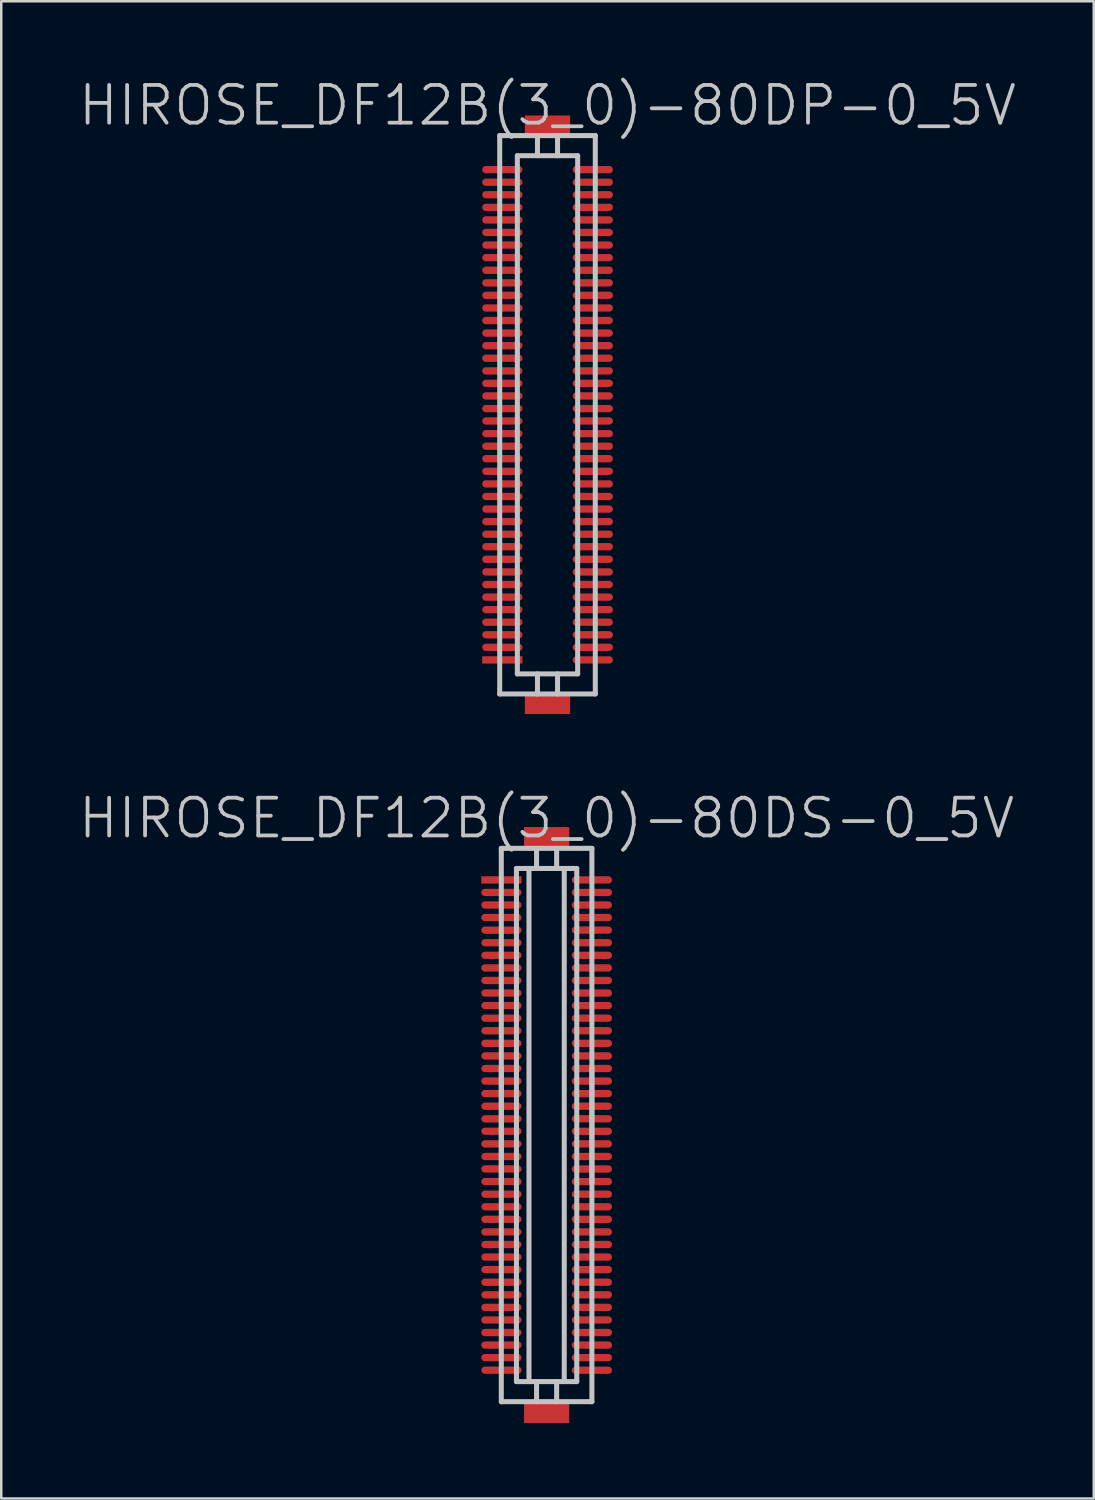
<source format=kicad_pcb>
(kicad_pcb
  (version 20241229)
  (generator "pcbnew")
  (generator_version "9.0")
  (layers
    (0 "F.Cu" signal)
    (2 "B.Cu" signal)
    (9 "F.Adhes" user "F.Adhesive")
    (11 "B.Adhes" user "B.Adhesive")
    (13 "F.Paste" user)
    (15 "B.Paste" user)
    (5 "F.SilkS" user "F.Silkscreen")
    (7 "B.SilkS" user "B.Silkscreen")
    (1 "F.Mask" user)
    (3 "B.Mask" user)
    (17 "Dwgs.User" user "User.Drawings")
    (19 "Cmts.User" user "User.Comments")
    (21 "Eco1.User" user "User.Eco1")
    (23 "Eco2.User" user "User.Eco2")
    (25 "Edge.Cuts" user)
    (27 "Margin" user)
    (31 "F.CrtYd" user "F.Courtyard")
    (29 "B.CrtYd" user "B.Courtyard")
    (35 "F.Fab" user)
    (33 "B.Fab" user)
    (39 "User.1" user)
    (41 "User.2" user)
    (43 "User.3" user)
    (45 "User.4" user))
  (footprint "HIROSE_DF12B(3_0)-80DS-0_5V"
    (layer "F.Cu")
    (at 18.682 41.68)
    (property "Reference" "HIROSE_DF12B(3_0)-80DS-0_5V" (at 0 -12.2 180) (layer "Dwgs.User") (effects (font (size 1.5 1.5) (thickness 0.15))))
    (attr smd)
    (fp_line (start -1.801 -11.001) (end 1.801 -11.001) (stroke (width 0.2) (type solid)) (layer "Dwgs.User"))
    (fp_line (start -1.801 2.301) (end -1.801 -2.301) (stroke (width 0.2) (type solid)) (layer "Dwgs.User"))
    (fp_line (start -1.801 11.001) (end -1.801 -11.001) (stroke (width 0.2) (type solid)) (layer "Dwgs.User"))
    (fp_line (start -1.199 -10.201) (end -1.199 10.201) (stroke (width 0.2) (type solid)) (layer "Dwgs.User"))
    (fp_line (start -1.199 -10.201) (end 1.199 -10.201) (stroke (width 0.2) (type solid)) (layer "Dwgs.User"))
    (fp_line (start -0.701 -10.201) (end -0.701 10.201) (stroke (width 0.2) (type solid)) (layer "Dwgs.User"))
    (fp_line (start -0.399 -10.201) (end -0.399 -11.001) (stroke (width 0.2) (type solid)) (layer "Dwgs.User"))
    (fp_line (start -0.399 11.001) (end -0.399 10.201) (stroke (width 0.2) (type solid)) (layer "Dwgs.User"))
    (fp_line (start 0.399 -10.201) (end 0.399 -11.001) (stroke (width 0.2) (type solid)) (layer "Dwgs.User"))
    (fp_line (start 0.399 10.201) (end 0.399 11.001) (stroke (width 0.2) (type solid)) (layer "Dwgs.User"))
    (fp_line (start 0.701 10.201) (end 0.701 -10.201) (stroke (width 0.2) (type solid)) (layer "Dwgs.User"))
    (fp_line (start 1.199 10.201) (end -1.199 10.201) (stroke (width 0.2) (type solid)) (layer "Dwgs.User"))
    (fp_line (start 1.199 10.201) (end 1.199 -10.201) (stroke (width 0.2) (type solid)) (layer "Dwgs.User"))
    (fp_line (start 1.801 -11.001) (end 1.801 11.001) (stroke (width 0.2) (type solid)) (layer "Dwgs.User"))
    (fp_line (start 1.801 -2.301) (end 1.801 2.301) (stroke (width 0.2) (type solid)) (layer "Dwgs.User"))
    (fp_line (start 1.801 10.998) (end -1.801 10.998) (stroke (width 0.2) (type solid)) (layer "Dwgs.User"))
    (pad "" smd rect (at 0 -11.448 270) (size 0.8 1.8) (layers "F.Cu" "F.Mask" "F.Paste"))
    (pad "" smd rect (at 0 11.448 270) (size 0.8 1.8) (layers "F.Cu" "F.Mask" "F.Paste"))
    (pad "1" smd rect (at -1.796 -9.746 270) (size 0.29 1.6) (layers "F.Cu" "F.Mask" "F.Paste"))
    (pad "2" smd oval (at -1.798 -9.248 270) (size 0.29 1.6) (layers "F.Cu" "F.Mask" "F.Paste"))
    (pad "3" smd oval (at -1.798 -8.748 270) (size 0.29 1.6) (layers "F.Cu" "F.Mask" "F.Paste"))
    (pad "4" smd oval (at -1.798 -8.25 270) (size 0.29 1.6) (layers "F.Cu" "F.Mask" "F.Paste"))
    (pad "5" smd oval (at -1.796 -7.747 270) (size 0.29 1.6) (layers "F.Cu" "F.Mask" "F.Paste"))
    (pad "6" smd oval (at -1.796 -7.249 270) (size 0.29 1.6) (layers "F.Cu" "F.Mask" "F.Paste"))
    (pad "7" smd oval (at -1.798 -6.749 270) (size 0.29 1.6) (layers "F.Cu" "F.Mask" "F.Paste"))
    (pad "8" smd oval (at -1.798 -6.248 270) (size 0.29 1.6) (layers "F.Cu" "F.Mask" "F.Paste"))
    (pad "9" smd oval (at -1.798 -5.748 270) (size 0.29 1.6) (layers "F.Cu" "F.Mask" "F.Paste"))
    (pad "10" smd oval (at -1.798 -5.248 270) (size 0.29 1.6) (layers "F.Cu" "F.Mask" "F.Paste"))
    (pad "11" smd oval (at -1.796 -4.75 270) (size 0.29 1.6) (layers "F.Cu" "F.Mask" "F.Paste"))
    (pad "12" smd oval (at -1.798 -4.249 270) (size 0.29 1.6) (layers "F.Cu" "F.Mask" "F.Paste"))
    (pad "13" smd oval (at -1.798 -3.749 270) (size 0.29 1.6) (layers "F.Cu" "F.Mask" "F.Paste"))
    (pad "14" smd oval (at -1.798 -3.249 270) (size 0.29 1.6) (layers "F.Cu" "F.Mask" "F.Paste"))
    (pad "15" smd oval (at -1.796 -2.748 270) (size 0.29 1.6) (layers "F.Cu" "F.Mask" "F.Paste"))
    (pad "16" smd oval (at -1.798 -2.248 270) (size 0.29 1.6) (layers "F.Cu" "F.Mask" "F.Paste"))
    (pad "17" smd oval (at -1.798 -1.748 270) (size 0.29 1.6) (layers "F.Cu" "F.Mask" "F.Paste"))
    (pad "18" smd oval (at -1.798 -1.25 270) (size 0.29 1.6) (layers "F.Cu" "F.Mask" "F.Paste"))
    (pad "19" smd oval (at -1.798 -0.749 270) (size 0.29 1.6) (layers "F.Cu" "F.Mask" "F.Paste"))
    (pad "20" smd oval (at -1.796 -0.246 270) (size 0.29 1.6) (layers "F.Cu" "F.Mask" "F.Paste"))
    (pad "21" smd oval (at -1.796 0.246 270) (size 0.29 1.6) (layers "F.Cu" "F.Mask" "F.Paste"))
    (pad "22" smd oval (at -1.796 0.749 270) (size 0.29 1.6) (layers "F.Cu" "F.Mask" "F.Paste"))
    (pad "23" smd oval (at -1.796 1.25 270) (size 0.29 1.6) (layers "F.Cu" "F.Mask" "F.Paste"))
    (pad "24" smd oval (at -1.796 1.745 270) (size 0.29 1.6) (layers "F.Cu" "F.Mask" "F.Paste"))
    (pad "25" smd oval (at -1.796 2.248 270) (size 0.29 1.6) (layers "F.Cu" "F.Mask" "F.Paste"))
    (pad "26" smd oval (at -1.796 2.748 270) (size 0.29 1.6) (layers "F.Cu" "F.Mask" "F.Paste"))
    (pad "27" smd oval (at -1.796 3.249 270) (size 0.29 1.6) (layers "F.Cu" "F.Mask" "F.Paste"))
    (pad "28" smd oval (at -1.796 3.747 270) (size 0.29 1.6) (layers "F.Cu" "F.Mask" "F.Paste"))
    (pad "29" smd oval (at -1.798 4.249 270) (size 0.29 1.6) (layers "F.Cu" "F.Mask" "F.Paste"))
    (pad "30" smd oval (at -1.798 4.75 270) (size 0.29 1.6) (layers "F.Cu" "F.Mask" "F.Paste"))
    (pad "31" smd oval (at -1.798 5.248 270) (size 0.29 1.6) (layers "F.Cu" "F.Mask" "F.Paste"))
    (pad "32" smd oval (at -1.798 5.748 270) (size 0.29 1.6) (layers "F.Cu" "F.Mask" "F.Paste"))
    (pad "33" smd oval (at -1.798 6.248 270) (size 0.29 1.6) (layers "F.Cu" "F.Mask" "F.Paste"))
    (pad "34" smd oval (at -1.796 6.749 270) (size 0.29 1.6) (layers "F.Cu" "F.Mask" "F.Paste"))
    (pad "35" smd oval (at -1.798 7.249 270) (size 0.29 1.6) (layers "F.Cu" "F.Mask" "F.Paste"))
    (pad "36" smd oval (at -1.798 7.75 270) (size 0.29 1.6) (layers "F.Cu" "F.Mask" "F.Paste"))
    (pad "37" smd oval (at -1.798 8.25 270) (size 0.29 1.6) (layers "F.Cu" "F.Mask" "F.Paste"))
    (pad "38" smd oval (at -1.798 8.748 270) (size 0.29 1.6) (layers "F.Cu" "F.Mask" "F.Paste"))
    (pad "39" smd oval (at -1.798 9.248 270) (size 0.29 1.6) (layers "F.Cu" "F.Mask" "F.Paste"))
    (pad "40" smd oval (at -1.796 9.746 270) (size 0.29 1.6) (layers "F.Cu" "F.Mask" "F.Paste"))
    (pad "41" smd oval (at 1.801 9.749 270) (size 0.29 1.6) (layers "F.Cu" "F.Mask" "F.Paste"))
    (pad "42" smd oval (at 1.801 9.248 270) (size 0.29 1.6) (layers "F.Cu" "F.Mask" "F.Paste"))
    (pad "43" smd oval (at 1.801 8.748 270) (size 0.29 1.6) (layers "F.Cu" "F.Mask" "F.Paste"))
    (pad "44" smd oval (at 1.801 8.25 270) (size 0.29 1.6) (layers "F.Cu" "F.Mask" "F.Paste"))
    (pad "45" smd oval (at 1.801 7.75 270) (size 0.29 1.6) (layers "F.Cu" "F.Mask" "F.Paste"))
    (pad "46" smd oval (at 1.801 7.249 270) (size 0.29 1.6) (layers "F.Cu" "F.Mask" "F.Paste"))
    (pad "47" smd oval (at 1.801 6.749 270) (size 0.29 1.6) (layers "F.Cu" "F.Mask" "F.Paste"))
    (pad "48" smd oval (at 1.801 6.248 270) (size 0.29 1.6) (layers "F.Cu" "F.Mask" "F.Paste"))
    (pad "49" smd oval (at 1.801 5.748 270) (size 0.29 1.6) (layers "F.Cu" "F.Mask" "F.Paste"))
    (pad "50" smd oval (at 1.801 5.248 270) (size 0.29 1.6) (layers "F.Cu" "F.Mask" "F.Paste"))
    (pad "51" smd oval (at 1.801 4.75 270) (size 0.29 1.6) (layers "F.Cu" "F.Mask" "F.Paste"))
    (pad "52" smd oval (at 1.801 4.249 270) (size 0.29 1.6) (layers "F.Cu" "F.Mask" "F.Paste"))
    (pad "53" smd oval (at 1.801 3.749 270) (size 0.29 1.6) (layers "F.Cu" "F.Mask" "F.Paste"))
    (pad "54" smd oval (at 1.801 3.249 270) (size 0.29 1.6) (layers "F.Cu" "F.Mask" "F.Paste"))
    (pad "55" smd oval (at 1.801 2.748 270) (size 0.29 1.6) (layers "F.Cu" "F.Mask" "F.Paste"))
    (pad "56" smd oval (at 1.801 2.248 270) (size 0.29 1.6) (layers "F.Cu" "F.Mask" "F.Paste"))
    (pad "57" smd oval (at 1.801 1.748 270) (size 0.29 1.6) (layers "F.Cu" "F.Mask" "F.Paste"))
    (pad "58" smd oval (at 1.801 1.25 270) (size 0.29 1.6) (layers "F.Cu" "F.Mask" "F.Paste"))
    (pad "59" smd oval (at 1.801 0.749 270) (size 0.29 1.6) (layers "F.Cu" "F.Mask" "F.Paste"))
    (pad "60" smd oval (at 1.801 0.249 270) (size 0.29 1.6) (layers "F.Cu" "F.Mask" "F.Paste"))
    (pad "61" smd oval (at 1.801 -0.249 270) (size 0.29 1.6) (layers "F.Cu" "F.Mask" "F.Paste"))
    (pad "62" smd oval (at 1.801 -0.749 270) (size 0.29 1.6) (layers "F.Cu" "F.Mask" "F.Paste"))
    (pad "63" smd oval (at 1.801 -1.25 270) (size 0.29 1.6) (layers "F.Cu" "F.Mask" "F.Paste"))
    (pad "64" smd oval (at 1.801 -1.748 270) (size 0.29 1.6) (layers "F.Cu" "F.Mask" "F.Paste"))
    (pad "65" smd oval (at 1.801 -2.248 270) (size 0.29 1.6) (layers "F.Cu" "F.Mask" "F.Paste"))
    (pad "66" smd oval (at 1.801 -2.748 270) (size 0.29 1.6) (layers "F.Cu" "F.Mask" "F.Paste"))
    (pad "67" smd oval (at 1.801 -3.249 270) (size 0.29 1.6) (layers "F.Cu" "F.Mask" "F.Paste"))
    (pad "68" smd oval (at 1.801 -3.749 270) (size 0.29 1.6) (layers "F.Cu" "F.Mask" "F.Paste"))
    (pad "69" smd oval (at 1.801 -4.249 270) (size 0.29 1.6) (layers "F.Cu" "F.Mask" "F.Paste"))
    (pad "70" smd oval (at 1.801 -4.75 270) (size 0.29 1.6) (layers "F.Cu" "F.Mask" "F.Paste"))
    (pad "71" smd oval (at 1.801 -5.248 270) (size 0.29 1.6) (layers "F.Cu" "F.Mask" "F.Paste"))
    (pad "72" smd oval (at 1.801 -5.748 270) (size 0.29 1.6) (layers "F.Cu" "F.Mask" "F.Paste"))
    (pad "73" smd oval (at 1.801 -6.248 270) (size 0.29 1.6) (layers "F.Cu" "F.Mask" "F.Paste"))
    (pad "74" smd oval (at 1.801 -6.749 270) (size 0.29 1.6) (layers "F.Cu" "F.Mask" "F.Paste"))
    (pad "75" smd oval (at 1.801 -7.249 270) (size 0.29 1.6) (layers "F.Cu" "F.Mask" "F.Paste"))
    (pad "76" smd oval (at 1.801 -7.75 270) (size 0.29 1.6) (layers "F.Cu" "F.Mask" "F.Paste"))
    (pad "77" smd oval (at 1.801 -8.25 270) (size 0.29 1.6) (layers "F.Cu" "F.Mask" "F.Paste"))
    (pad "78" smd oval (at 1.801 -8.748 270) (size 0.29 1.6) (layers "F.Cu" "F.Mask" "F.Paste"))
    (pad "79" smd oval (at 1.801 -9.248 270) (size 0.29 1.6) (layers "F.Cu" "F.Mask" "F.Paste"))
    (pad "80" smd oval (at 1.801 -9.746 270) (size 0.29 1.6) (layers "F.Cu" "F.Mask" "F.Paste")))
  (footprint "HIROSE_DF12B(3_0)-80DP-0_5V"
    (layer "F.Cu")
    (at 18.718 13.441)
    (property "Reference" "HIROSE_DF12B(3_0)-80DP-0_5V" (at 0 -12.3 180) (layer "Dwgs.User") (effects (font (size 1.5 1.5) (thickness 0.15))))
    (attr smd)
    (fp_line (start -1.9 11.1) (end -1.9 -11.1) (stroke (width 0.2) (type solid)) (layer "Dwgs.User"))
    (fp_line (start -1.9 11.1) (end 1.9 11.1) (stroke (width 0.2) (type solid)) (layer "Dwgs.User"))
    (fp_line (start -1.199 -10.3) (end -1.199 10.3) (stroke (width 0.2) (type solid)) (layer "Dwgs.User"))
    (fp_line (start -1.199 -10.3) (end 1.199 -10.3) (stroke (width 0.2) (type solid)) (layer "Dwgs.User"))
    (fp_line (start -0.399 -10.3) (end -0.399 -11.1) (stroke (width 0.2) (type solid)) (layer "Dwgs.User"))
    (fp_line (start -0.399 11.102) (end -0.399 10.302) (stroke (width 0.2) (type solid)) (layer "Dwgs.User"))
    (fp_line (start 0.399 -10.3) (end 0.399 -11.1) (stroke (width 0.2) (type solid)) (layer "Dwgs.User"))
    (fp_line (start 0.399 10.302) (end 0.399 11.102) (stroke (width 0.2) (type solid)) (layer "Dwgs.User"))
    (fp_line (start 1.199 10.3) (end 1.199 -10.3) (stroke (width 0.2) (type solid)) (layer "Dwgs.User"))
    (fp_line (start 1.199 10.302) (end -1.199 10.302) (stroke (width 0.2) (type solid)) (layer "Dwgs.User"))
    (fp_line (start 1.9 -11.1) (end -1.9 -11.1) (stroke (width 0.2) (type solid)) (layer "Dwgs.User"))
    (fp_line (start 1.9 -11.1) (end 1.9 11.1) (stroke (width 0.2) (type solid)) (layer "Dwgs.User"))
    (pad "" smd rect (at 0 -11.499 270) (size 0.8 1.8) (layers "F.Cu" "F.Mask" "F.Paste"))
    (pad "" smd rect (at 0 11.499 270) (size 0.8 1.8) (layers "F.Cu" "F.Mask" "F.Paste"))
    (pad "1" smd rect (at -1.796 9.746 270) (size 0.29 1.6) (layers "F.Cu" "F.Mask" "F.Paste"))
    (pad "2" smd oval (at -1.796 9.246 270) (size 0.29 1.6) (layers "F.Cu" "F.Mask" "F.Paste"))
    (pad "3" smd oval (at -1.796 8.748 270) (size 0.29 1.6) (layers "F.Cu" "F.Mask" "F.Paste"))
    (pad "4" smd oval (at -1.796 8.247 270) (size 0.29 1.6) (layers "F.Cu" "F.Mask" "F.Paste"))
    (pad "5" smd oval (at -1.796 7.747 270) (size 0.29 1.6) (layers "F.Cu" "F.Mask" "F.Paste"))
    (pad "6" smd oval (at -1.796 7.249 270) (size 0.29 1.6) (layers "F.Cu" "F.Mask" "F.Paste"))
    (pad "7" smd oval (at -1.796 6.749 270) (size 0.29 1.6) (layers "F.Cu" "F.Mask" "F.Paste"))
    (pad "8" smd oval (at -1.796 6.248 270) (size 0.29 1.6) (layers "F.Cu" "F.Mask" "F.Paste"))
    (pad "9" smd oval (at -1.796 5.745 270) (size 0.29 1.6) (layers "F.Cu" "F.Mask" "F.Paste"))
    (pad "10" smd oval (at -1.796 5.245 270) (size 0.29 1.6) (layers "F.Cu" "F.Mask" "F.Paste"))
    (pad "11" smd oval (at -1.796 4.75 270) (size 0.29 1.6) (layers "F.Cu" "F.Mask" "F.Paste"))
    (pad "12" smd oval (at -1.796 4.247 270) (size 0.29 1.6) (layers "F.Cu" "F.Mask" "F.Paste"))
    (pad "13" smd oval (at -1.796 3.747 270) (size 0.29 1.6) (layers "F.Cu" "F.Mask" "F.Paste"))
    (pad "14" smd oval (at -1.796 3.249 270) (size 0.29 1.6) (layers "F.Cu" "F.Mask" "F.Paste"))
    (pad "15" smd oval (at -1.796 2.748 270) (size 0.29 1.6) (layers "F.Cu" "F.Mask" "F.Paste"))
    (pad "16" smd oval (at -1.796 2.248 270) (size 0.29 1.6) (layers "F.Cu" "F.Mask" "F.Paste"))
    (pad "17" smd oval (at -1.796 1.745 270) (size 0.29 1.6) (layers "F.Cu" "F.Mask" "F.Paste"))
    (pad "18" smd oval (at -1.796 1.25 270) (size 0.29 1.6) (layers "F.Cu" "F.Mask" "F.Paste"))
    (pad "19" smd oval (at -1.796 0.749 270) (size 0.29 1.6) (layers "F.Cu" "F.Mask" "F.Paste"))
    (pad "20" smd oval (at -1.796 0.246 270) (size 0.29 1.6) (layers "F.Cu" "F.Mask" "F.Paste"))
    (pad "21" smd oval (at -1.796 -0.246 270) (size 0.29 1.6) (layers "F.Cu" "F.Mask" "F.Paste"))
    (pad "22" smd oval (at -1.796 -0.749 270) (size 0.29 1.6) (layers "F.Cu" "F.Mask" "F.Paste"))
    (pad "23" smd oval (at -1.796 -1.25 270) (size 0.29 1.6) (layers "F.Cu" "F.Mask" "F.Paste"))
    (pad "24" smd oval (at -1.796 -1.745 270) (size 0.29 1.6) (layers "F.Cu" "F.Mask" "F.Paste"))
    (pad "25" smd oval (at -1.796 -2.248 270) (size 0.29 1.6) (layers "F.Cu" "F.Mask" "F.Paste"))
    (pad "26" smd oval (at -1.796 -2.748 270) (size 0.29 1.6) (layers "F.Cu" "F.Mask" "F.Paste"))
    (pad "27" smd oval (at -1.796 -3.249 270) (size 0.29 1.6) (layers "F.Cu" "F.Mask" "F.Paste"))
    (pad "28" smd oval (at -1.796 -3.747 270) (size 0.29 1.6) (layers "F.Cu" "F.Mask" "F.Paste"))
    (pad "29" smd oval (at -1.796 -4.247 270) (size 0.29 1.6) (layers "F.Cu" "F.Mask" "F.Paste"))
    (pad "30" smd oval (at -1.796 -4.75 270) (size 0.29 1.6) (layers "F.Cu" "F.Mask" "F.Paste"))
    (pad "31" smd oval (at -1.796 -5.245 270) (size 0.29 1.6) (layers "F.Cu" "F.Mask" "F.Paste"))
    (pad "32" smd oval (at -1.796 -5.745 270) (size 0.29 1.6) (layers "F.Cu" "F.Mask" "F.Paste"))
    (pad "33" smd oval (at -1.796 -6.248 270) (size 0.29 1.6) (layers "F.Cu" "F.Mask" "F.Paste"))
    (pad "34" smd oval (at -1.796 -6.749 270) (size 0.29 1.6) (layers "F.Cu" "F.Mask" "F.Paste"))
    (pad "35" smd oval (at -1.796 -7.249 270) (size 0.29 1.6) (layers "F.Cu" "F.Mask" "F.Paste"))
    (pad "36" smd oval (at -1.796 -7.747 270) (size 0.29 1.6) (layers "F.Cu" "F.Mask" "F.Paste"))
    (pad "37" smd oval (at -1.796 -8.247 270) (size 0.29 1.6) (layers "F.Cu" "F.Mask" "F.Paste"))
    (pad "38" smd oval (at -1.796 -8.748 270) (size 0.29 1.6) (layers "F.Cu" "F.Mask" "F.Paste"))
    (pad "39" smd oval (at -1.796 -9.246 270) (size 0.29 1.6) (layers "F.Cu" "F.Mask" "F.Paste"))
    (pad "40" smd oval (at -1.796 -9.746 270) (size 0.29 1.6) (layers "F.Cu" "F.Mask" "F.Paste"))
    (pad "41" smd oval (at 1.801 -9.746 270) (size 0.29 1.6) (layers "F.Cu" "F.Mask" "F.Paste"))
    (pad "42" smd oval (at 1.801 -9.246 270) (size 0.29 1.6) (layers "F.Cu" "F.Mask" "F.Paste"))
    (pad "43" smd oval (at 1.801 -8.748 270) (size 0.29 1.6) (layers "F.Cu" "F.Mask" "F.Paste"))
    (pad "44" smd oval (at 1.801 -8.247 270) (size 0.29 1.6) (layers "F.Cu" "F.Mask" "F.Paste"))
    (pad "45" smd oval (at 1.801 -7.747 270) (size 0.29 1.6) (layers "F.Cu" "F.Mask" "F.Paste"))
    (pad "46" smd oval (at 1.801 -7.249 270) (size 0.29 1.6) (layers "F.Cu" "F.Mask" "F.Paste"))
    (pad "47" smd oval (at 1.801 -6.749 270) (size 0.29 1.6) (layers "F.Cu" "F.Mask" "F.Paste"))
    (pad "48" smd oval (at 1.801 -6.248 270) (size 0.29 1.6) (layers "F.Cu" "F.Mask" "F.Paste"))
    (pad "49" smd oval (at 1.801 -5.745 270) (size 0.29 1.6) (layers "F.Cu" "F.Mask" "F.Paste"))
    (pad "50" smd oval (at 1.801 -5.245 270) (size 0.29 1.6) (layers "F.Cu" "F.Mask" "F.Paste"))
    (pad "51" smd oval (at 1.801 -4.75 270) (size 0.29 1.6) (layers "F.Cu" "F.Mask" "F.Paste"))
    (pad "52" smd oval (at 1.801 -4.247 270) (size 0.29 1.6) (layers "F.Cu" "F.Mask" "F.Paste"))
    (pad "53" smd oval (at 1.801 -3.747 270) (size 0.29 1.6) (layers "F.Cu" "F.Mask" "F.Paste"))
    (pad "54" smd oval (at 1.801 -3.249 270) (size 0.29 1.6) (layers "F.Cu" "F.Mask" "F.Paste"))
    (pad "55" smd oval (at 1.801 -2.748 270) (size 0.29 1.6) (layers "F.Cu" "F.Mask" "F.Paste"))
    (pad "56" smd oval (at 1.801 -2.248 270) (size 0.29 1.6) (layers "F.Cu" "F.Mask" "F.Paste"))
    (pad "57" smd oval (at 1.801 -1.745 270) (size 0.29 1.6) (layers "F.Cu" "F.Mask" "F.Paste"))
    (pad "58" smd oval (at 1.801 -1.25 270) (size 0.29 1.6) (layers "F.Cu" "F.Mask" "F.Paste"))
    (pad "59" smd oval (at 1.801 -0.749 270) (size 0.29 1.6) (layers "F.Cu" "F.Mask" "F.Paste"))
    (pad "60" smd oval (at 1.801 -0.246 270) (size 0.29 1.6) (layers "F.Cu" "F.Mask" "F.Paste"))
    (pad "61" smd oval (at 1.801 0.246 270) (size 0.29 1.6) (layers "F.Cu" "F.Mask" "F.Paste"))
    (pad "62" smd oval (at 1.801 0.749 270) (size 0.29 1.6) (layers "F.Cu" "F.Mask" "F.Paste"))
    (pad "63" smd oval (at 1.801 1.25 270) (size 0.29 1.6) (layers "F.Cu" "F.Mask" "F.Paste"))
    (pad "64" smd oval (at 1.801 1.745 270) (size 0.29 1.6) (layers "F.Cu" "F.Mask" "F.Paste"))
    (pad "65" smd oval (at 1.801 2.248 270) (size 0.29 1.6) (layers "F.Cu" "F.Mask" "F.Paste"))
    (pad "66" smd oval (at 1.801 2.748 270) (size 0.29 1.6) (layers "F.Cu" "F.Mask" "F.Paste"))
    (pad "67" smd oval (at 1.801 3.249 270) (size 0.29 1.6) (layers "F.Cu" "F.Mask" "F.Paste"))
    (pad "68" smd oval (at 1.801 3.747 270) (size 0.29 1.6) (layers "F.Cu" "F.Mask" "F.Paste"))
    (pad "69" smd oval (at 1.801 4.247 270) (size 0.29 1.6) (layers "F.Cu" "F.Mask" "F.Paste"))
    (pad "70" smd oval (at 1.801 4.75 270) (size 0.29 1.6) (layers "F.Cu" "F.Mask" "F.Paste"))
    (pad "71" smd oval (at 1.801 5.245 270) (size 0.29 1.6) (layers "F.Cu" "F.Mask" "F.Paste"))
    (pad "72" smd oval (at 1.801 5.745 270) (size 0.29 1.6) (layers "F.Cu" "F.Mask" "F.Paste"))
    (pad "73" smd oval (at 1.801 6.248 270) (size 0.29 1.6) (layers "F.Cu" "F.Mask" "F.Paste"))
    (pad "74" smd oval (at 1.801 6.749 270) (size 0.29 1.6) (layers "F.Cu" "F.Mask" "F.Paste"))
    (pad "75" smd oval (at 1.801 7.249 270) (size 0.29 1.6) (layers "F.Cu" "F.Mask" "F.Paste"))
    (pad "76" smd oval (at 1.801 7.747 270) (size 0.29 1.6) (layers "F.Cu" "F.Mask" "F.Paste"))
    (pad "77" smd oval (at 1.801 8.247 270) (size 0.29 1.6) (layers "F.Cu" "F.Mask" "F.Paste"))
    (pad "78" smd oval (at 1.801 8.748 270) (size 0.29 1.6) (layers "F.Cu" "F.Mask" "F.Paste"))
    (pad "79" smd oval (at 1.801 9.246 270) (size 0.29 1.6) (layers "F.Cu" "F.Mask" "F.Paste"))
    (pad "80" smd oval (at 1.801 9.746 270) (size 0.29 1.6) (layers "F.Cu" "F.Mask" "F.Paste")))
  (gr_rect
    (start -3 -3)
    (end 40.436 56.528)
    (stroke (width 0.1) (type default))
    (fill no)
    (layer "Edge.Cuts")))
</source>
